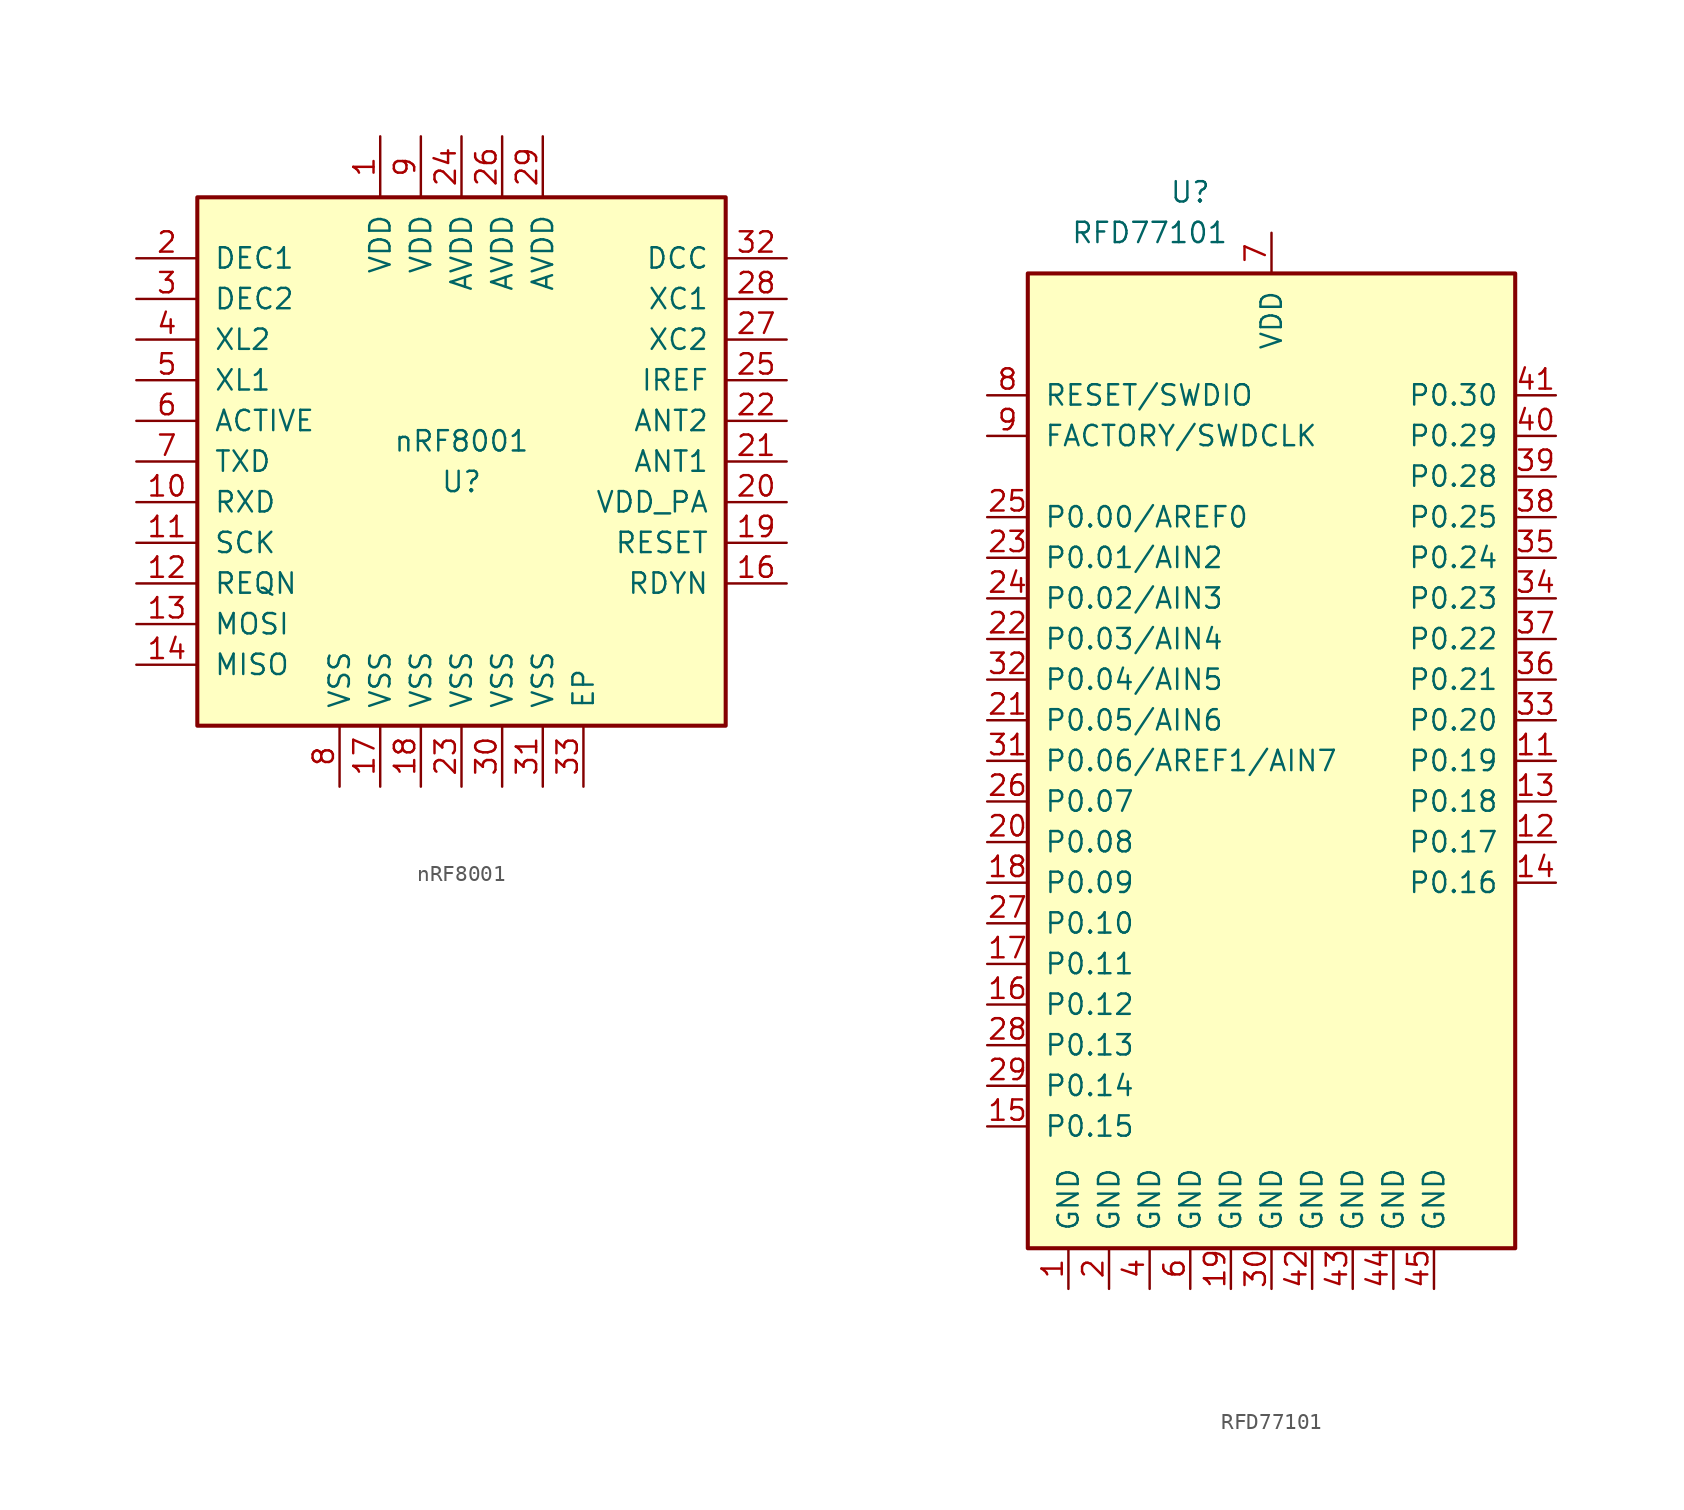
<source format=kicad_sym>
(kicad_symbol_lib
  (version 20200908)
  (generator kicad_symbol_editor)
  (symbol "RF_Bluetooth:nRF8001"
    (pin_names
      (offset 1.016))
    (property "Reference" "U"
      (at 0 -1.27 0)
      (effects (font (size 1.27 1.27))))
    (property "Value" "nRF8001"
      (at 0 1.27 0)
      (effects (font (size 1.27 1.27))))
    (symbol "nRF8001_0_1"
      (rectangle (start -16.51 16.51) (end 16.51 -16.51) (stroke (width 0.254)) (fill (type background))))
    (symbol "nRF8001_1_1"
      (pin power_in line (at -5.08 20.32 270) (length 3.81) (name "VDD" (effects (font (size 1.27 1.27)))) (number "1" (effects (font (size 1.27 1.27)))))
      (pin input line (at -20.32 -2.54 0) (length 3.81) (name "RXD" (effects (font (size 1.27 1.27)))) (number "10" (effects (font (size 1.27 1.27)))))
      (pin input line (at -20.32 -5.08 0) (length 3.81) (name "SCK" (effects (font (size 1.27 1.27)))) (number "11" (effects (font (size 1.27 1.27)))))
      (pin bidirectional line (at -20.32 -7.62 0) (length 3.81) (name "REQN" (effects (font (size 1.27 1.27)))) (number "12" (effects (font (size 1.27 1.27)))))
      (pin input line (at -20.32 -10.16 0) (length 3.81) (name "MOSI" (effects (font (size 1.27 1.27)))) (number "13" (effects (font (size 1.27 1.27)))))
      (pin output line (at -20.32 -12.7 0) (length 3.81) (name "MISO" (effects (font (size 1.27 1.27)))) (number "14" (effects (font (size 1.27 1.27)))))
      (pin unconnected line (at 15.24 -10.16 180) (length 3.81) hide (name "N/C" (effects (font (size 1.27 1.27)))) (number "15" (effects (font (size 1.27 1.27)))))
      (pin bidirectional line (at 20.32 -7.62 180) (length 3.81) (name "RDYN" (effects (font (size 1.27 1.27)))) (number "16" (effects (font (size 1.27 1.27)))))
      (pin power_in line (at -5.08 -20.32 90) (length 3.81) (name "VSS" (effects (font (size 1.27 1.27)))) (number "17" (effects (font (size 1.27 1.27)))))
      (pin power_in line (at -2.54 -20.32 90) (length 3.81) (name "VSS" (effects (font (size 1.27 1.27)))) (number "18" (effects (font (size 1.27 1.27)))))
      (pin input line (at 20.32 -5.08 180) (length 3.81) (name "RESET" (effects (font (size 1.27 1.27)))) (number "19" (effects (font (size 1.27 1.27)))))
      (pin bidirectional line (at -20.32 12.7 0) (length 3.81) (name "DEC1" (effects (font (size 1.27 1.27)))) (number "2" (effects (font (size 1.27 1.27)))))
      (pin output line (at 20.32 -2.54 180) (length 3.81) (name "VDD_PA" (effects (font (size 1.27 1.27)))) (number "20" (effects (font (size 1.27 1.27)))))
      (pin bidirectional line (at 20.32 0 180) (length 3.81) (name "ANT1" (effects (font (size 1.27 1.27)))) (number "21" (effects (font (size 1.27 1.27)))))
      (pin bidirectional line (at 20.32 2.54 180) (length 3.81) (name "ANT2" (effects (font (size 1.27 1.27)))) (number "22" (effects (font (size 1.27 1.27)))))
      (pin power_in line (at 0 -20.32 90) (length 3.81) (name "VSS" (effects (font (size 1.27 1.27)))) (number "23" (effects (font (size 1.27 1.27)))))
      (pin power_in line (at 0 20.32 270) (length 3.81) (name "AVDD" (effects (font (size 1.27 1.27)))) (number "24" (effects (font (size 1.27 1.27)))))
      (pin input line (at 20.32 5.08 180) (length 3.81) (name "IREF" (effects (font (size 1.27 1.27)))) (number "25" (effects (font (size 1.27 1.27)))))
      (pin power_in line (at 2.54 20.32 270) (length 3.81) (name "AVDD" (effects (font (size 1.27 1.27)))) (number "26" (effects (font (size 1.27 1.27)))))
      (pin bidirectional line (at 20.32 7.62 180) (length 3.81) (name "XC2" (effects (font (size 1.27 1.27)))) (number "27" (effects (font (size 1.27 1.27)))))
      (pin bidirectional line (at 20.32 10.16 180) (length 3.81) (name "XC1" (effects (font (size 1.27 1.27)))) (number "28" (effects (font (size 1.27 1.27)))))
      (pin power_in line (at 5.08 20.32 270) (length 3.81) (name "AVDD" (effects (font (size 1.27 1.27)))) (number "29" (effects (font (size 1.27 1.27)))))
      (pin bidirectional line (at -20.32 10.16 0) (length 3.81) (name "DEC2" (effects (font (size 1.27 1.27)))) (number "3" (effects (font (size 1.27 1.27)))))
      (pin power_in line (at 2.54 -20.32 90) (length 3.81) (name "VSS" (effects (font (size 1.27 1.27)))) (number "30" (effects (font (size 1.27 1.27)))))
      (pin power_in line (at 5.08 -20.32 90) (length 3.81) (name "VSS" (effects (font (size 1.27 1.27)))) (number "31" (effects (font (size 1.27 1.27)))))
      (pin bidirectional line (at 20.32 12.7 180) (length 3.81) (name "DCC" (effects (font (size 1.27 1.27)))) (number "32" (effects (font (size 1.27 1.27)))))
      (pin power_in line (at 7.62 -20.32 90) (length 3.81) (name "EP" (effects (font (size 1.27 1.27)))) (number "33" (effects (font (size 1.27 1.27)))))
      (pin bidirectional line (at -20.32 7.62 0) (length 3.81) (name "XL2" (effects (font (size 1.27 1.27)))) (number "4" (effects (font (size 1.27 1.27)))))
      (pin bidirectional line (at -20.32 5.08 0) (length 3.81) (name "XL1" (effects (font (size 1.27 1.27)))) (number "5" (effects (font (size 1.27 1.27)))))
      (pin bidirectional line (at -20.32 2.54 0) (length 3.81) (name "ACTIVE" (effects (font (size 1.27 1.27)))) (number "6" (effects (font (size 1.27 1.27)))))
      (pin output line (at -20.32 0 0) (length 3.81) (name "TXD" (effects (font (size 1.27 1.27)))) (number "7" (effects (font (size 1.27 1.27)))))
      (pin power_in line (at -7.62 -20.32 90) (length 3.81) (name "VSS" (effects (font (size 1.27 1.27)))) (number "8" (effects (font (size 1.27 1.27)))))
      (pin power_in line (at -2.54 20.32 270) (length 3.81) (name "VDD" (effects (font (size 1.27 1.27)))) (number "9" (effects (font (size 1.27 1.27)))))))
  (symbol "RF_Bluetooth:RFD77101"
    (pin_names
      (offset 1.016))
    (property "Reference" "U"
      (at -5.08 35.56 0)
      (effects (font (size 1.27 1.27))))
    (property "Value" "RFD77101"
      (at -7.62 33.02 0)
      (effects (font (size 1.27 1.27))))
    (symbol "RFD77101_0_1"
      (rectangle (start -15.24 30.48) (end 15.24 -30.48) (stroke (width 0.254)) (fill (type background))))
    (symbol "RFD77101_1_1"
      (pin power_in line (at -12.7 -33.02 90) (length 2.54) (name "GND" (effects (font (size 1.27 1.27)))) (number "1" (effects (font (size 1.27 1.27)))))
      (pin unconnected line (at 15.24 -20.32 180) (length 2.54) hide (name "NC" (effects (font (size 1.27 1.27)))) (number "10" (effects (font (size 1.27 1.27)))))
      (pin bidirectional line (at 17.78 0 180) (length 2.54) (name "P0.19" (effects (font (size 1.27 1.27)))) (number "11" (effects (font (size 1.27 1.27)))))
      (pin bidirectional line (at 17.78 -5.08 180) (length 2.54) (name "P0.17" (effects (font (size 1.27 1.27)))) (number "12" (effects (font (size 1.27 1.27)))))
      (pin bidirectional line (at 17.78 -2.54 180) (length 2.54) (name "P0.18" (effects (font (size 1.27 1.27)))) (number "13" (effects (font (size 1.27 1.27)))))
      (pin bidirectional line (at 17.78 -7.62 180) (length 2.54) (name "P0.16" (effects (font (size 1.27 1.27)))) (number "14" (effects (font (size 1.27 1.27)))))
      (pin bidirectional line (at -17.78 -22.86 0) (length 2.54) (name "P0.15" (effects (font (size 1.27 1.27)))) (number "15" (effects (font (size 1.27 1.27)))))
      (pin bidirectional line (at -17.78 -15.24 0) (length 2.54) (name "P0.12" (effects (font (size 1.27 1.27)))) (number "16" (effects (font (size 1.27 1.27)))))
      (pin bidirectional line (at -17.78 -12.7 0) (length 2.54) (name "P0.11" (effects (font (size 1.27 1.27)))) (number "17" (effects (font (size 1.27 1.27)))))
      (pin bidirectional line (at -17.78 -7.62 0) (length 2.54) (name "P0.09" (effects (font (size 1.27 1.27)))) (number "18" (effects (font (size 1.27 1.27)))))
      (pin power_in line (at -2.54 -33.02 90) (length 2.54) (name "GND" (effects (font (size 1.27 1.27)))) (number "19" (effects (font (size 1.27 1.27)))))
      (pin power_in line (at -10.16 -33.02 90) (length 2.54) (name "GND" (effects (font (size 1.27 1.27)))) (number "2" (effects (font (size 1.27 1.27)))))
      (pin bidirectional line (at -17.78 -5.08 0) (length 2.54) (name "P0.08" (effects (font (size 1.27 1.27)))) (number "20" (effects (font (size 1.27 1.27)))))
      (pin bidirectional line (at -17.78 2.54 0) (length 2.54) (name "P0.05/AIN6" (effects (font (size 1.27 1.27)))) (number "21" (effects (font (size 1.27 1.27)))))
      (pin bidirectional line (at -17.78 7.62 0) (length 2.54) (name "P0.03/AIN4" (effects (font (size 1.27 1.27)))) (number "22" (effects (font (size 1.27 1.27)))))
      (pin bidirectional line (at -17.78 12.7 0) (length 2.54) (name "P0.01/AIN2" (effects (font (size 1.27 1.27)))) (number "23" (effects (font (size 1.27 1.27)))))
      (pin bidirectional line (at -17.78 10.16 0) (length 2.54) (name "P0.02/AIN3" (effects (font (size 1.27 1.27)))) (number "24" (effects (font (size 1.27 1.27)))))
      (pin bidirectional line (at -17.78 15.24 0) (length 2.54) (name "P0.00/AREF0" (effects (font (size 1.27 1.27)))) (number "25" (effects (font (size 1.27 1.27)))))
      (pin bidirectional line (at -17.78 -2.54 0) (length 2.54) (name "P0.07" (effects (font (size 1.27 1.27)))) (number "26" (effects (font (size 1.27 1.27)))))
      (pin bidirectional line (at -17.78 -10.16 0) (length 2.54) (name "P0.10" (effects (font (size 1.27 1.27)))) (number "27" (effects (font (size 1.27 1.27)))))
      (pin bidirectional line (at -17.78 -17.78 0) (length 2.54) (name "P0.13" (effects (font (size 1.27 1.27)))) (number "28" (effects (font (size 1.27 1.27)))))
      (pin bidirectional line (at -17.78 -20.32 0) (length 2.54) (name "P0.14" (effects (font (size 1.27 1.27)))) (number "29" (effects (font (size 1.27 1.27)))))
      (pin unconnected line (at 15.24 -15.24 180) (length 2.54) hide (name "NC" (effects (font (size 1.27 1.27)))) (number "3" (effects (font (size 1.27 1.27)))))
      (pin power_in line (at 0 -33.02 90) (length 2.54) (name "GND" (effects (font (size 1.27 1.27)))) (number "30" (effects (font (size 1.27 1.27)))))
      (pin bidirectional line (at -17.78 0 0) (length 2.54) (name "P0.06/AREF1/AIN7" (effects (font (size 1.27 1.27)))) (number "31" (effects (font (size 1.27 1.27)))))
      (pin bidirectional line (at -17.78 5.08 0) (length 2.54) (name "P0.04/AIN5" (effects (font (size 1.27 1.27)))) (number "32" (effects (font (size 1.27 1.27)))))
      (pin bidirectional line (at 17.78 2.54 180) (length 2.54) (name "P0.20" (effects (font (size 1.27 1.27)))) (number "33" (effects (font (size 1.27 1.27)))))
      (pin bidirectional line (at 17.78 10.16 180) (length 2.54) (name "P0.23" (effects (font (size 1.27 1.27)))) (number "34" (effects (font (size 1.27 1.27)))))
      (pin bidirectional line (at 17.78 12.7 180) (length 2.54) (name "P0.24" (effects (font (size 1.27 1.27)))) (number "35" (effects (font (size 1.27 1.27)))))
      (pin bidirectional line (at 17.78 5.08 180) (length 2.54) (name "P0.21" (effects (font (size 1.27 1.27)))) (number "36" (effects (font (size 1.27 1.27)))))
      (pin bidirectional line (at 17.78 7.62 180) (length 2.54) (name "P0.22" (effects (font (size 1.27 1.27)))) (number "37" (effects (font (size 1.27 1.27)))))
      (pin bidirectional line (at 17.78 15.24 180) (length 2.54) (name "P0.25" (effects (font (size 1.27 1.27)))) (number "38" (effects (font (size 1.27 1.27)))))
      (pin bidirectional line (at 17.78 17.78 180) (length 2.54) (name "P0.28" (effects (font (size 1.27 1.27)))) (number "39" (effects (font (size 1.27 1.27)))))
      (pin power_in line (at -7.62 -33.02 90) (length 2.54) (name "GND" (effects (font (size 1.27 1.27)))) (number "4" (effects (font (size 1.27 1.27)))))
      (pin bidirectional line (at 17.78 20.32 180) (length 2.54) (name "P0.29" (effects (font (size 1.27 1.27)))) (number "40" (effects (font (size 1.27 1.27)))))
      (pin bidirectional line (at 17.78 22.86 180) (length 2.54) (name "P0.30" (effects (font (size 1.27 1.27)))) (number "41" (effects (font (size 1.27 1.27)))))
      (pin power_in line (at 2.54 -33.02 90) (length 2.54) (name "GND" (effects (font (size 1.27 1.27)))) (number "42" (effects (font (size 1.27 1.27)))))
      (pin power_in line (at 5.08 -33.02 90) (length 2.54) (name "GND" (effects (font (size 1.27 1.27)))) (number "43" (effects (font (size 1.27 1.27)))))
      (pin power_in line (at 7.62 -33.02 90) (length 2.54) (name "GND" (effects (font (size 1.27 1.27)))) (number "44" (effects (font (size 1.27 1.27)))))
      (pin power_in line (at 10.16 -33.02 90) (length 2.54) (name "GND" (effects (font (size 1.27 1.27)))) (number "45" (effects (font (size 1.27 1.27)))))
      (pin unconnected line (at 15.24 -17.78 180) (length 2.54) hide (name "NC" (effects (font (size 1.27 1.27)))) (number "5" (effects (font (size 1.27 1.27)))))
      (pin power_in line (at -5.08 -33.02 90) (length 2.54) (name "GND" (effects (font (size 1.27 1.27)))) (number "6" (effects (font (size 1.27 1.27)))))
      (pin power_in line (at 0 33.02 270) (length 2.54) (name "VDD" (effects (font (size 1.27 1.27)))) (number "7" (effects (font (size 1.27 1.27)))))
      (pin bidirectional line (at -17.78 22.86 0) (length 2.54) (name "RESET/SWDIO" (effects (font (size 1.27 1.27)))) (number "8" (effects (font (size 1.27 1.27)))))
      (pin input line (at -17.78 20.32 0) (length 2.54) (name "FACTORY/SWDCLK" (effects (font (size 1.27 1.27)))) (number "9" (effects (font (size 1.27 1.27))))))))
</source>
